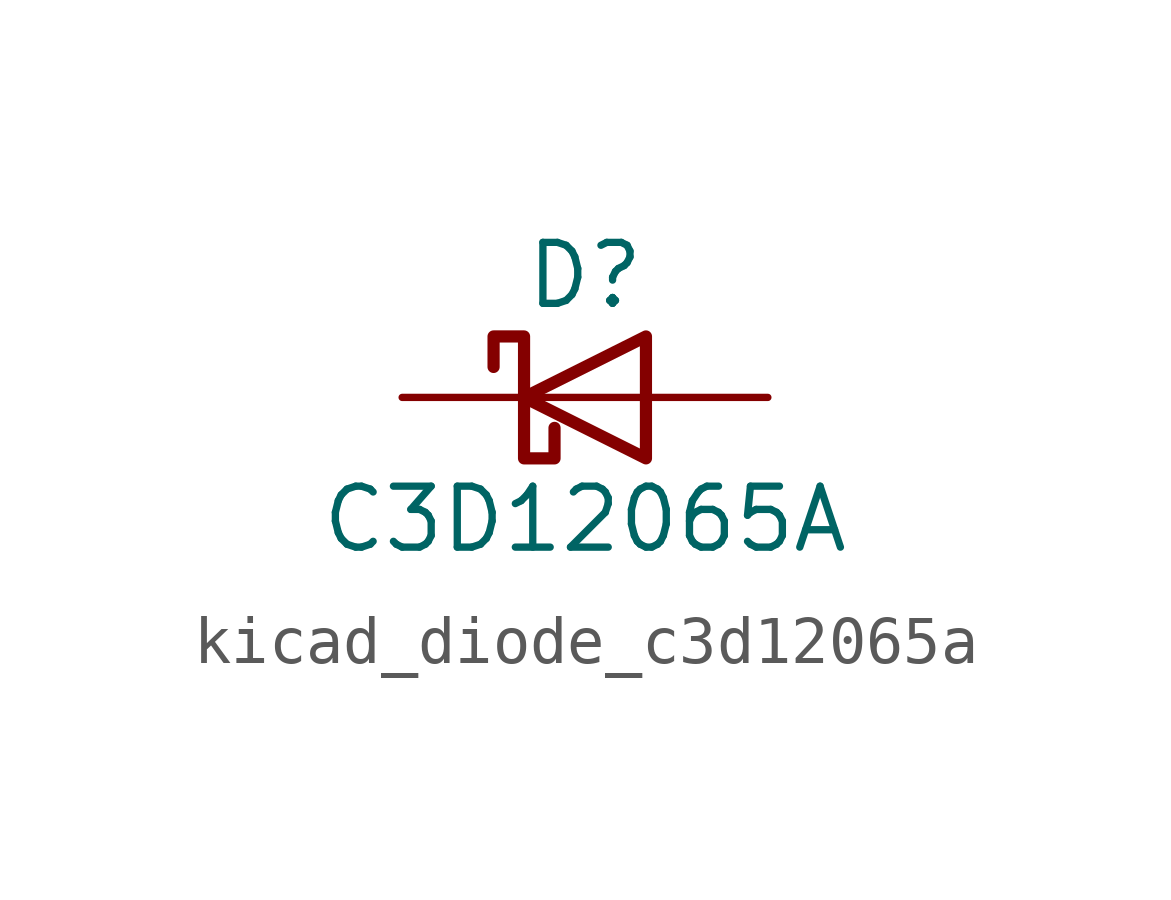
<source format=kicad_sym>
(kicad_symbol_lib
  (version 20220914)
  (generator kicad_symbol_editor)
  (symbol "kicad_diode_c3d12065a"
    (pin_numbers hide)
    (pin_names
      (offset 1.016) hide)
    (property "Reference" "D"
      (at 0 2.54 0)
      (effects (font (size 1.27 1.27))))
    (property "Value" "C3D12065A"
      (at 0 -2.54 0)
      (effects (font (size 1.27 1.27))))
    (symbol "kicad_diode_c3d12065a_0_1"
      (polyline (pts (xy 1.27 0) (xy -1.27 0)) (stroke (width 0) (type default)) (fill (type none)))
      (polyline (pts (xy 1.27 1.27) (xy 1.27 -1.27) (xy -1.27 0) (xy 1.27 1.27)) (stroke (width 0.254) (type default)) (fill (type none)))
      (polyline (pts (xy -1.905 0.635) (xy -1.905 1.27) (xy -1.27 1.27) (xy -1.27 -1.27) (xy -0.635 -1.27) (xy -0.635 -0.635)) (stroke (width 0.254) (type default)) (fill (type none))))
    (symbol "kicad_diode_c3d12065a_1_1"
      (pin passive line (at -3.81 0 0) (length 2.54) (name "K" (effects (font (size 1.27 1.27)))) (number "1" (effects (font (size 1.27 1.27)))))
      (pin passive line (at 3.81 0 180) (length 2.54) (name "A" (effects (font (size 1.27 1.27)))) (number "2" (effects (font (size 1.27 1.27))))))))
</source>
